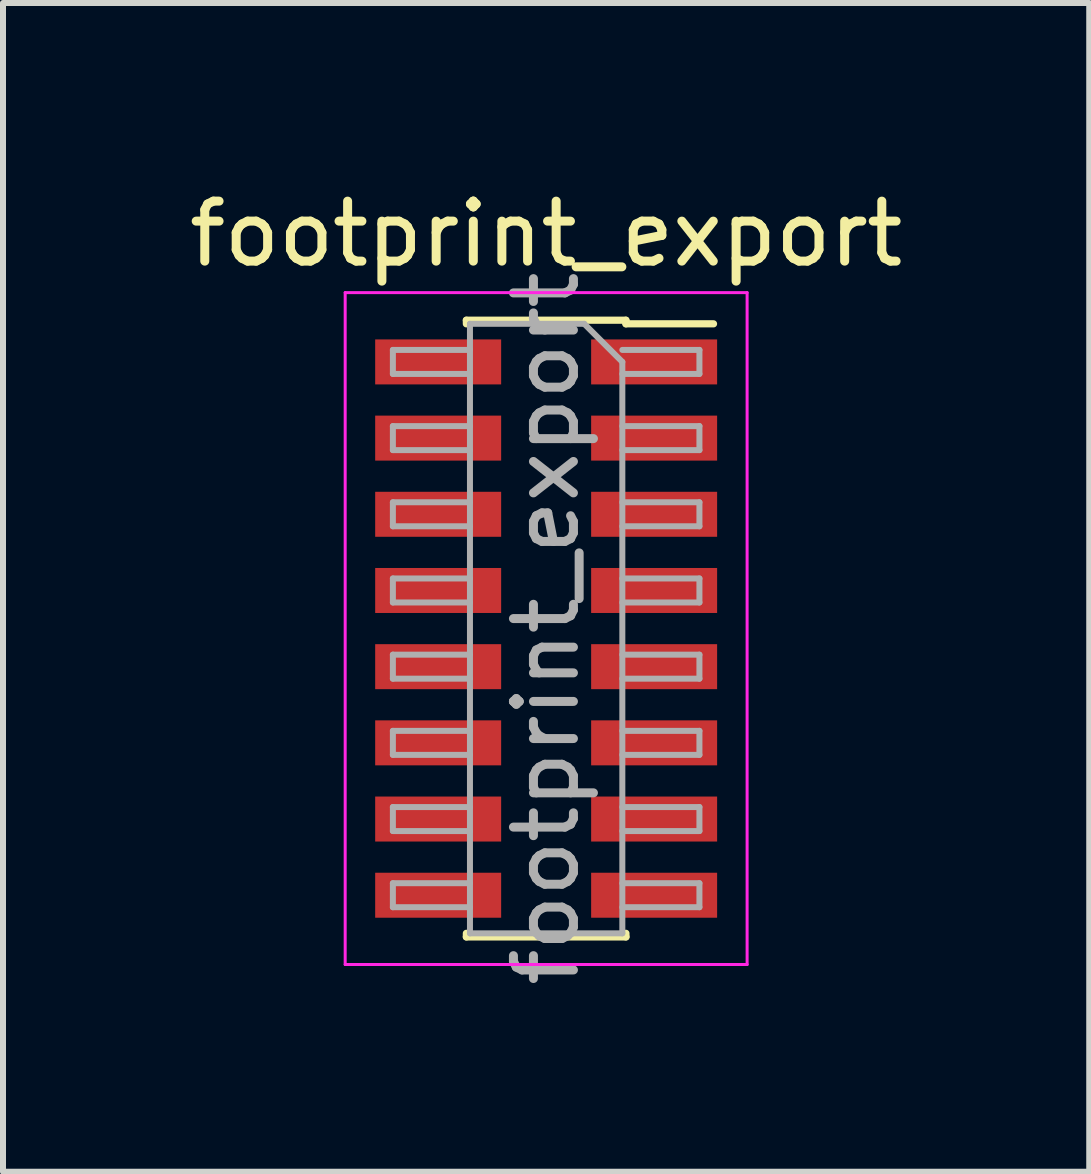
<source format=kicad_pcb>
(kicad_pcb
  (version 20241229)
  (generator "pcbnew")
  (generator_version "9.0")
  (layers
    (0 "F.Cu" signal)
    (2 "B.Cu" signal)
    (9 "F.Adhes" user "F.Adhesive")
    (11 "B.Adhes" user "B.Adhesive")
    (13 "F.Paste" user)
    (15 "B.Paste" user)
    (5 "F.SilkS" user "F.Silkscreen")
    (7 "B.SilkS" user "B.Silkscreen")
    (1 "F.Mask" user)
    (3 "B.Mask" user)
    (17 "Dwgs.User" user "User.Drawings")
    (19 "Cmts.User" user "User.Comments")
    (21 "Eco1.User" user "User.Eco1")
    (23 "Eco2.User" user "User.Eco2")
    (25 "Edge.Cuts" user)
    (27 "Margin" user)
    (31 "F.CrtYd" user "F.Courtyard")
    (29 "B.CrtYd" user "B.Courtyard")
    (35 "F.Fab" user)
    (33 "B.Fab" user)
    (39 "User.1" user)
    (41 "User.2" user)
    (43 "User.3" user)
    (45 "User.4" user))
  (footprint "footprint_export"
    (layer "F.Cu")
    (at 6.054 7.428)
    (property "Reference" "footprint_export" (at 0 -6.58 0) (layer "F.SilkS") (effects (font (size 1 1) (thickness 0.15))))
    (attr smd)
    (fp_line (start -1.33 -5.14) (end -1.33 -5.08) (stroke (width 0.12) (type solid)) (layer "F.SilkS"))
    (fp_line (start -1.33 -5.14) (end 1.33 -5.14) (stroke (width 0.12) (type solid)) (layer "F.SilkS"))
    (fp_line (start -1.33 5.08) (end -1.33 5.14) (stroke (width 0.12) (type solid)) (layer "F.SilkS"))
    (fp_line (start -1.33 5.14) (end 1.33 5.14) (stroke (width 0.12) (type solid)) (layer "F.SilkS"))
    (fp_line (start 1.33 -5.14) (end 1.33 -5.08) (stroke (width 0.12) (type solid)) (layer "F.SilkS"))
    (fp_line (start 1.33 -5.08) (end 2.79 -5.08) (stroke (width 0.12) (type solid)) (layer "F.SilkS"))
    (fp_line (start 1.33 5.08) (end 1.33 5.14) (stroke (width 0.12) (type solid)) (layer "F.SilkS"))
    (fp_line (start -3.35 -5.6) (end 3.35 -5.6) (stroke (width 0.05) (type solid)) (layer "F.CrtYd"))
    (fp_line (start -3.35 5.6) (end -3.35 -5.6) (stroke (width 0.05) (type solid)) (layer "F.CrtYd"))
    (fp_line (start 3.35 -5.6) (end 3.35 5.6) (stroke (width 0.05) (type solid)) (layer "F.CrtYd"))
    (fp_line (start 3.35 5.6) (end -3.35 5.6) (stroke (width 0.05) (type solid)) (layer "F.CrtYd"))
    (fp_line (start -2.555 -4.645) (end -1.27 -4.645) (stroke (width 0.1) (type solid)) (layer "F.Fab"))
    (fp_line (start -2.555 -4.245) (end -2.555 -4.645) (stroke (width 0.1) (type solid)) (layer "F.Fab"))
    (fp_line (start -2.555 -3.375) (end -1.27 -3.375) (stroke (width 0.1) (type solid)) (layer "F.Fab"))
    (fp_line (start -2.555 -2.975) (end -2.555 -3.375) (stroke (width 0.1) (type solid)) (layer "F.Fab"))
    (fp_line (start -2.555 -2.105) (end -1.27 -2.105) (stroke (width 0.1) (type solid)) (layer "F.Fab"))
    (fp_line (start -2.555 -1.705) (end -2.555 -2.105) (stroke (width 0.1) (type solid)) (layer "F.Fab"))
    (fp_line (start -2.555 -0.835) (end -1.27 -0.835) (stroke (width 0.1) (type solid)) (layer "F.Fab"))
    (fp_line (start -2.555 -0.435) (end -2.555 -0.835) (stroke (width 0.1) (type solid)) (layer "F.Fab"))
    (fp_line (start -2.555 0.435) (end -1.27 0.435) (stroke (width 0.1) (type solid)) (layer "F.Fab"))
    (fp_line (start -2.555 0.835) (end -2.555 0.435) (stroke (width 0.1) (type solid)) (layer "F.Fab"))
    (fp_line (start -2.555 1.705) (end -1.27 1.705) (stroke (width 0.1) (type solid)) (layer "F.Fab"))
    (fp_line (start -2.555 2.105) (end -2.555 1.705) (stroke (width 0.1) (type solid)) (layer "F.Fab"))
    (fp_line (start -2.555 2.975) (end -1.27 2.975) (stroke (width 0.1) (type solid)) (layer "F.Fab"))
    (fp_line (start -2.555 3.375) (end -2.555 2.975) (stroke (width 0.1) (type solid)) (layer "F.Fab"))
    (fp_line (start -2.555 4.245) (end -1.27 4.245) (stroke (width 0.1) (type solid)) (layer "F.Fab"))
    (fp_line (start -2.555 4.645) (end -2.555 4.245) (stroke (width 0.1) (type solid)) (layer "F.Fab"))
    (fp_line (start -1.27 -5.08) (end 0.635 -5.08) (stroke (width 0.1) (type solid)) (layer "F.Fab"))
    (fp_line (start -1.27 -4.245) (end -2.555 -4.245) (stroke (width 0.1) (type solid)) (layer "F.Fab"))
    (fp_line (start -1.27 -2.975) (end -2.555 -2.975) (stroke (width 0.1) (type solid)) (layer "F.Fab"))
    (fp_line (start -1.27 -1.705) (end -2.555 -1.705) (stroke (width 0.1) (type solid)) (layer "F.Fab"))
    (fp_line (start -1.27 -0.435) (end -2.555 -0.435) (stroke (width 0.1) (type solid)) (layer "F.Fab"))
    (fp_line (start -1.27 0.835) (end -2.555 0.835) (stroke (width 0.1) (type solid)) (layer "F.Fab"))
    (fp_line (start -1.27 2.105) (end -2.555 2.105) (stroke (width 0.1) (type solid)) (layer "F.Fab"))
    (fp_line (start -1.27 3.375) (end -2.555 3.375) (stroke (width 0.1) (type solid)) (layer "F.Fab"))
    (fp_line (start -1.27 4.645) (end -2.555 4.645) (stroke (width 0.1) (type solid)) (layer "F.Fab"))
    (fp_line (start -1.27 5.08) (end -1.27 -5.08) (stroke (width 0.1) (type solid)) (layer "F.Fab"))
    (fp_line (start 0.635 -5.08) (end 1.27 -4.445) (stroke (width 0.1) (type solid)) (layer "F.Fab"))
    (fp_line (start 1.27 -4.645) (end 2.555 -4.645) (stroke (width 0.1) (type solid)) (layer "F.Fab"))
    (fp_line (start 1.27 -4.445) (end 1.27 5.08) (stroke (width 0.1) (type solid)) (layer "F.Fab"))
    (fp_line (start 1.27 -3.375) (end 2.555 -3.375) (stroke (width 0.1) (type solid)) (layer "F.Fab"))
    (fp_line (start 1.27 -2.105) (end 2.555 -2.105) (stroke (width 0.1) (type solid)) (layer "F.Fab"))
    (fp_line (start 1.27 -0.835) (end 2.555 -0.835) (stroke (width 0.1) (type solid)) (layer "F.Fab"))
    (fp_line (start 1.27 0.435) (end 2.555 0.435) (stroke (width 0.1) (type solid)) (layer "F.Fab"))
    (fp_line (start 1.27 1.705) (end 2.555 1.705) (stroke (width 0.1) (type solid)) (layer "F.Fab"))
    (fp_line (start 1.27 2.975) (end 2.555 2.975) (stroke (width 0.1) (type solid)) (layer "F.Fab"))
    (fp_line (start 1.27 4.245) (end 2.555 4.245) (stroke (width 0.1) (type solid)) (layer "F.Fab"))
    (fp_line (start 1.27 5.08) (end -1.27 5.08) (stroke (width 0.1) (type solid)) (layer "F.Fab"))
    (fp_line (start 2.555 -4.645) (end 2.555 -4.245) (stroke (width 0.1) (type solid)) (layer "F.Fab"))
    (fp_line (start 2.555 -4.245) (end 1.27 -4.245) (stroke (width 0.1) (type solid)) (layer "F.Fab"))
    (fp_line (start 2.555 -3.375) (end 2.555 -2.975) (stroke (width 0.1) (type solid)) (layer "F.Fab"))
    (fp_line (start 2.555 -2.975) (end 1.27 -2.975) (stroke (width 0.1) (type solid)) (layer "F.Fab"))
    (fp_line (start 2.555 -2.105) (end 2.555 -1.705) (stroke (width 0.1) (type solid)) (layer "F.Fab"))
    (fp_line (start 2.555 -1.705) (end 1.27 -1.705) (stroke (width 0.1) (type solid)) (layer "F.Fab"))
    (fp_line (start 2.555 -0.835) (end 2.555 -0.435) (stroke (width 0.1) (type solid)) (layer "F.Fab"))
    (fp_line (start 2.555 -0.435) (end 1.27 -0.435) (stroke (width 0.1) (type solid)) (layer "F.Fab"))
    (fp_line (start 2.555 0.435) (end 2.555 0.835) (stroke (width 0.1) (type solid)) (layer "F.Fab"))
    (fp_line (start 2.555 0.835) (end 1.27 0.835) (stroke (width 0.1) (type solid)) (layer "F.Fab"))
    (fp_line (start 2.555 1.705) (end 2.555 2.105) (stroke (width 0.1) (type solid)) (layer "F.Fab"))
    (fp_line (start 2.555 2.105) (end 1.27 2.105) (stroke (width 0.1) (type solid)) (layer "F.Fab"))
    (fp_line (start 2.555 2.975) (end 2.555 3.375) (stroke (width 0.1) (type solid)) (layer "F.Fab"))
    (fp_line (start 2.555 3.375) (end 1.27 3.375) (stroke (width 0.1) (type solid)) (layer "F.Fab"))
    (fp_line (start 2.555 4.245) (end 2.555 4.645) (stroke (width 0.1) (type solid)) (layer "F.Fab"))
    (fp_line (start 2.555 4.645) (end 1.27 4.645) (stroke (width 0.1) (type solid)) (layer "F.Fab"))
    (fp_text user "${REFERENCE}" (at 0 0 90) (layer "F.Fab") (effects (font (size 1 1) (thickness 0.15))))
    (pad "1" smd rect (at 1.8 -4.445) (size 2.1 0.75) (layers "F.Cu" "F.Mask" "F.Paste"))
    (pad "2" smd rect (at -1.8 -4.445) (size 2.1 0.75) (layers "F.Cu" "F.Mask" "F.Paste"))
    (pad "3" smd rect (at 1.8 -3.175) (size 2.1 0.75) (layers "F.Cu" "F.Mask" "F.Paste"))
    (pad "4" smd rect (at -1.8 -3.175) (size 2.1 0.75) (layers "F.Cu" "F.Mask" "F.Paste"))
    (pad "5" smd rect (at 1.8 -1.905) (size 2.1 0.75) (layers "F.Cu" "F.Mask" "F.Paste"))
    (pad "6" smd rect (at -1.8 -1.905) (size 2.1 0.75) (layers "F.Cu" "F.Mask" "F.Paste"))
    (pad "7" smd rect (at 1.8 -0.635) (size 2.1 0.75) (layers "F.Cu" "F.Mask" "F.Paste"))
    (pad "8" smd rect (at -1.8 -0.635) (size 2.1 0.75) (layers "F.Cu" "F.Mask" "F.Paste"))
    (pad "9" smd rect (at 1.8 0.635) (size 2.1 0.75) (layers "F.Cu" "F.Mask" "F.Paste"))
    (pad "10" smd rect (at -1.8 0.635) (size 2.1 0.75) (layers "F.Cu" "F.Mask" "F.Paste"))
    (pad "11" smd rect (at 1.8 1.905) (size 2.1 0.75) (layers "F.Cu" "F.Mask" "F.Paste"))
    (pad "12" smd rect (at -1.8 1.905) (size 2.1 0.75) (layers "F.Cu" "F.Mask" "F.Paste"))
    (pad "13" smd rect (at 1.8 3.175) (size 2.1 0.75) (layers "F.Cu" "F.Mask" "F.Paste"))
    (pad "14" smd rect (at -1.8 3.175) (size 2.1 0.75) (layers "F.Cu" "F.Mask" "F.Paste"))
    (pad "15" smd rect (at 1.8 4.445) (size 2.1 0.75) (layers "F.Cu" "F.Mask" "F.Paste"))
    (pad "16" smd rect (at -1.8 4.445) (size 2.1 0.75) (layers "F.Cu" "F.Mask" "F.Paste")))
  (gr_rect
    (start -3 -3)
    (end 15.107 16.482)
    (stroke (width 0.1) (type default))
    (fill no)
    (layer "Edge.Cuts")))
</source>
